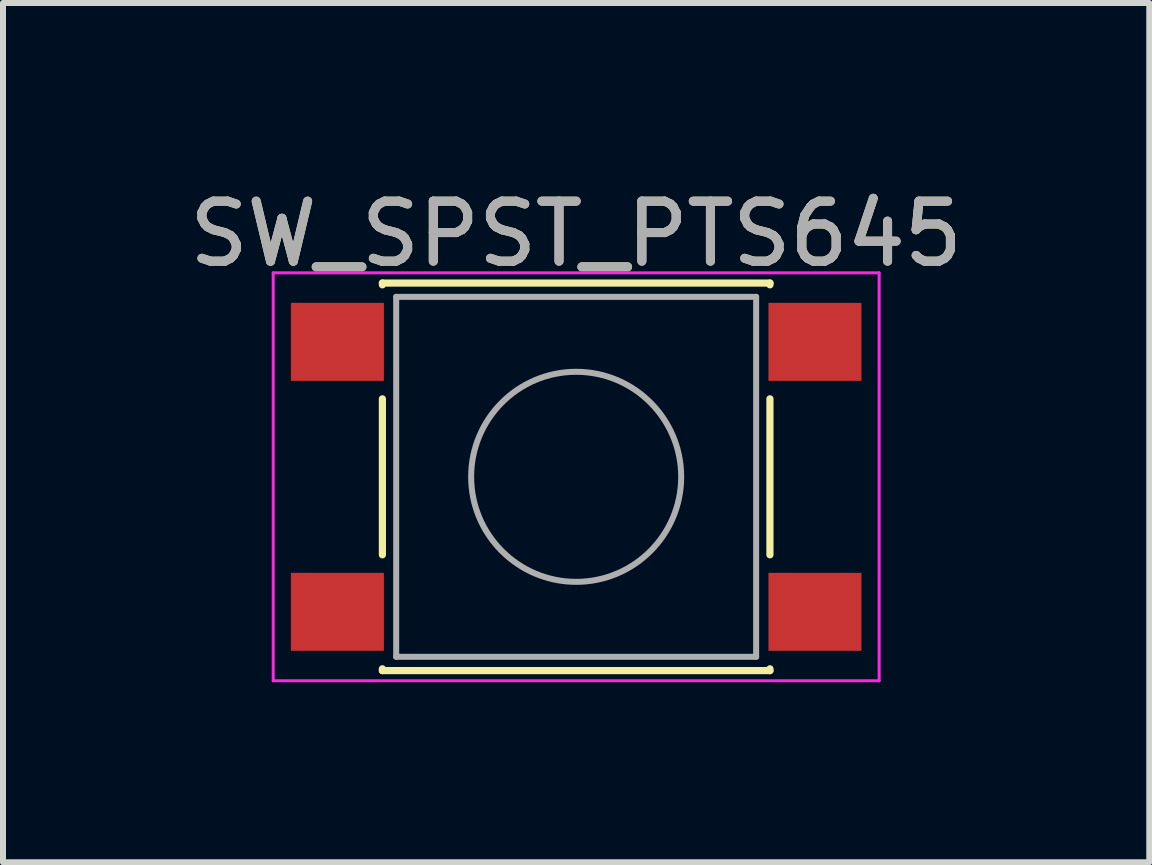
<source format=kicad_pcb>
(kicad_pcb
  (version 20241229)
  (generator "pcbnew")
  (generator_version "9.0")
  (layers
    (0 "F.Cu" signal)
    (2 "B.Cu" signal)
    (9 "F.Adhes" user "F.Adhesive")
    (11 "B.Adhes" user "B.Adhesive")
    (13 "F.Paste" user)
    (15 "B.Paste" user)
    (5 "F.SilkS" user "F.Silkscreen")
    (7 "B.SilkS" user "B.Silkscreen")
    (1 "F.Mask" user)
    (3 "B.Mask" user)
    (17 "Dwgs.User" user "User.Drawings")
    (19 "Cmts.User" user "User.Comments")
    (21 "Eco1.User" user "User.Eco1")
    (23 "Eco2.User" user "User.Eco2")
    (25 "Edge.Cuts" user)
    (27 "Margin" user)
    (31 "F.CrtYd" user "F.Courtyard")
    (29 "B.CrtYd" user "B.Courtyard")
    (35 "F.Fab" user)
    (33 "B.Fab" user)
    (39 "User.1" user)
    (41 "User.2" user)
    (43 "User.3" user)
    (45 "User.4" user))
  (footprint "SW_SPST_PTS645"
    (layer "F.Cu")
    (at 6.554 4.898)
    (property "Reference" "SW_SPST_PTS645" (at 0 -4.05 0) (layer "F.SilkS") (effects (font (size 1 1) (thickness 0.15))))
    (attr smd)
    (fp_line (start -3.23 -3.23) (end 3.23 -3.23) (stroke (width 0.12) (type solid)) (layer "F.SilkS"))
    (fp_line (start -3.23 -3.2) (end -3.23 -3.23) (stroke (width 0.12) (type solid)) (layer "F.SilkS"))
    (fp_line (start -3.23 -1.3) (end -3.23 1.3) (stroke (width 0.12) (type solid)) (layer "F.SilkS"))
    (fp_line (start -3.23 3.23) (end -3.23 3.2) (stroke (width 0.12) (type solid)) (layer "F.SilkS"))
    (fp_line (start -3.23 3.23) (end 3.23 3.23) (stroke (width 0.12) (type solid)) (layer "F.SilkS"))
    (fp_line (start 3.23 -3.23) (end 3.23 -3.2) (stroke (width 0.12) (type solid)) (layer "F.SilkS"))
    (fp_line (start 3.23 -1.3) (end 3.23 1.3) (stroke (width 0.12) (type solid)) (layer "F.SilkS"))
    (fp_line (start 3.23 3.23) (end 3.23 3.2) (stroke (width 0.12) (type solid)) (layer "F.SilkS"))
    (fp_line (start -5.05 -3.4) (end -5.05 3.4) (stroke (width 0.05) (type solid)) (layer "F.CrtYd"))
    (fp_line (start -5.05 -3.4) (end 5.05 -3.4) (stroke (width 0.05) (type solid)) (layer "F.CrtYd"))
    (fp_line (start -5.05 3.4) (end 5.05 3.4) (stroke (width 0.05) (type solid)) (layer "F.CrtYd"))
    (fp_line (start 5.05 3.4) (end 5.05 -3.4) (stroke (width 0.05) (type solid)) (layer "F.CrtYd"))
    (fp_line (start -3 -3) (end -3 3) (stroke (width 0.1) (type solid)) (layer "F.Fab"))
    (fp_line (start -3 3) (end 3 3) (stroke (width 0.1) (type solid)) (layer "F.Fab"))
    (fp_line (start 3 -3) (end -3 -3) (stroke (width 0.1) (type solid)) (layer "F.Fab"))
    (fp_line (start 3 3) (end 3 -3) (stroke (width 0.1) (type solid)) (layer "F.Fab"))
    (fp_circle (center 0 0) (end 1.75 -0.05) (stroke (width 0.1) (type solid)) (fill no) (layer "F.Fab"))
    (fp_text user "${REFERENCE}" (at 0 -4.05 0) (layer "F.Fab") (effects (font (size 1 1) (thickness 0.15))))
    (pad "1" smd rect (at -3.98 -2.25) (size 1.55 1.3) (layers "F.Cu" "F.Mask" "F.Paste"))
    (pad "2" smd rect (at 3.98 -2.25) (size 1.55 1.3) (layers "F.Cu" "F.Mask" "F.Paste"))
    (pad "3" smd rect (at -3.98 2.25) (size 1.55 1.3) (layers "F.Cu" "F.Mask" "F.Paste"))
    (pad "4" smd rect (at 3.98 2.25) (size 1.55 1.3) (layers "F.Cu" "F.Mask" "F.Paste")))
  (gr_rect
    (start -3 -3)
    (end 16.107 11.323)
    (stroke (width 0.1) (type default))
    (fill no)
    (layer "Edge.Cuts")))
</source>
